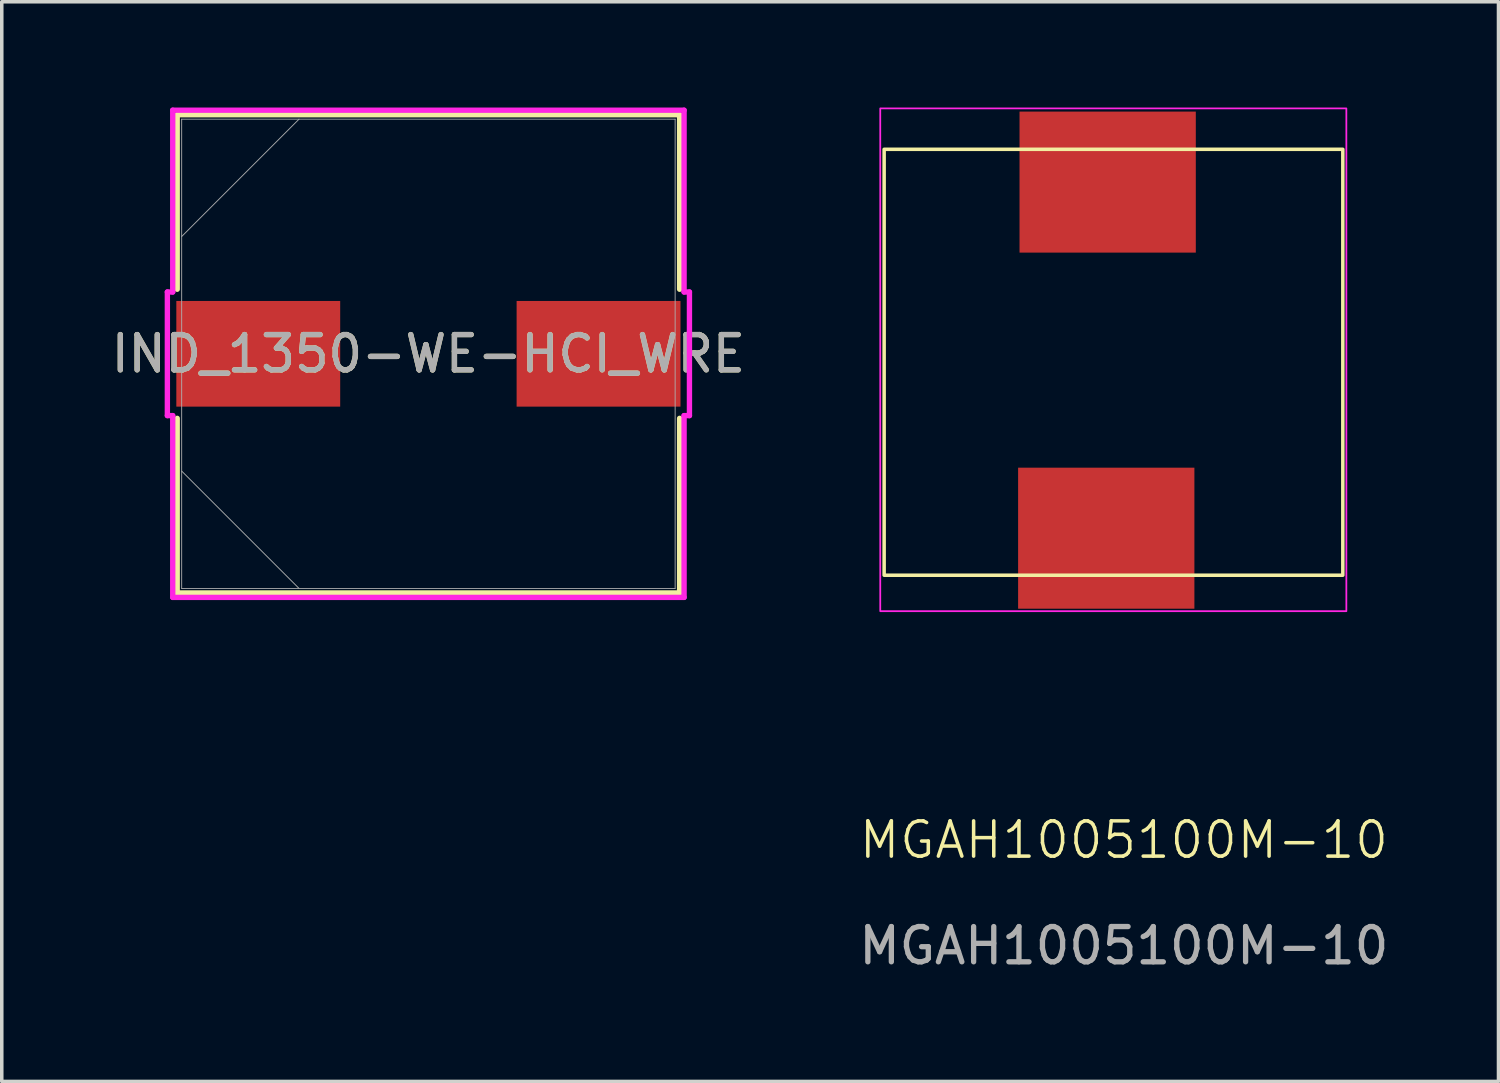
<source format=kicad_pcb>
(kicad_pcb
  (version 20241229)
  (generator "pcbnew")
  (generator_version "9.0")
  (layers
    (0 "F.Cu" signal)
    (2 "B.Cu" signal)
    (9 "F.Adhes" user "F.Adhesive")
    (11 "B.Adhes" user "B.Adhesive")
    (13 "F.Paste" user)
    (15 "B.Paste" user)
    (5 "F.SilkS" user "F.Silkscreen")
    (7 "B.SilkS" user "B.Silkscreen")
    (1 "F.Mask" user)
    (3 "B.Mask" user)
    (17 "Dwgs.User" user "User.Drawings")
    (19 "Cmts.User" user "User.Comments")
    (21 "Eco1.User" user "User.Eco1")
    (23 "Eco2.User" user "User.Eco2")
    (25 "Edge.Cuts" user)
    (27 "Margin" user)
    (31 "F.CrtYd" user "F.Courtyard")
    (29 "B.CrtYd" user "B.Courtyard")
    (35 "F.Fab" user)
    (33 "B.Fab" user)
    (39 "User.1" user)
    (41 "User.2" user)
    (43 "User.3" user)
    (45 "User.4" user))
  (footprint "IND_1350-WE-HCI_WRE"
    (layer "F.Cu")
    (at 9.101 6.985)
    (property "Reference" "IND_1350-WE-HCI_WRE" (at 0 0 0) (unlocked yes) (layer "F.SilkS") (effects (font (size 1 1) (thickness 0.15))))
    (attr smd)
    (fp_line (start -7.125 -6.782) (end -7.125 -1.831) (stroke (width 0.152) (type solid)) (layer "F.SilkS"))
    (fp_line (start -7.125 1.831) (end -7.125 6.782) (stroke (width 0.152) (type solid)) (layer "F.SilkS"))
    (fp_line (start -7.125 6.782) (end 7.125 6.782) (stroke (width 0.152) (type solid)) (layer "F.SilkS"))
    (fp_line (start 7.125 -6.782) (end -7.125 -6.782) (stroke (width 0.152) (type solid)) (layer "F.SilkS"))
    (fp_line (start 7.125 -1.831) (end 7.125 -6.782) (stroke (width 0.152) (type solid)) (layer "F.SilkS"))
    (fp_line (start 7.125 6.782) (end 7.125 1.831) (stroke (width 0.152) (type solid)) (layer "F.SilkS"))
    (fp_line (start -7.404 -1.753) (end -7.252 -1.753) (stroke (width 0.152) (type solid)) (layer "F.CrtYd"))
    (fp_line (start -7.404 1.753) (end -7.404 -1.753) (stroke (width 0.152) (type solid)) (layer "F.CrtYd"))
    (fp_line (start -7.252 -6.909) (end 7.252 -6.909) (stroke (width 0.152) (type solid)) (layer "F.CrtYd"))
    (fp_line (start -7.252 -1.753) (end -7.252 -6.909) (stroke (width 0.152) (type solid)) (layer "F.CrtYd"))
    (fp_line (start -7.252 1.753) (end -7.404 1.753) (stroke (width 0.152) (type solid)) (layer "F.CrtYd"))
    (fp_line (start -7.252 1.753) (end -7.252 6.909) (stroke (width 0.152) (type solid)) (layer "F.CrtYd"))
    (fp_line (start -7.252 6.909) (end 7.252 6.909) (stroke (width 0.152) (type solid)) (layer "F.CrtYd"))
    (fp_line (start 7.252 -6.909) (end 7.252 -1.753) (stroke (width 0.152) (type solid)) (layer "F.CrtYd"))
    (fp_line (start 7.252 -1.753) (end 7.404 -1.753) (stroke (width 0.152) (type solid)) (layer "F.CrtYd"))
    (fp_line (start 7.252 1.753) (end 7.404 1.753) (stroke (width 0.152) (type solid)) (layer "F.CrtYd"))
    (fp_line (start 7.252 6.909) (end 7.252 1.753) (stroke (width 0.152) (type solid)) (layer "F.CrtYd"))
    (fp_line (start 7.404 -1.753) (end 7.404 1.753) (stroke (width 0.152) (type solid)) (layer "F.CrtYd"))
    (fp_line (start -6.998 -6.655) (end -6.998 6.655) (stroke (width 0.025) (type solid)) (layer "F.Fab"))
    (fp_line (start -6.998 -3.327) (end -3.67 -6.655) (stroke (width 0.025) (type solid)) (layer "F.Fab"))
    (fp_line (start -6.998 3.327) (end -3.67 6.655) (stroke (width 0.025) (type solid)) (layer "F.Fab"))
    (fp_line (start -6.998 6.655) (end 6.998 6.655) (stroke (width 0.025) (type solid)) (layer "F.Fab"))
    (fp_line (start 6.998 -6.655) (end -6.998 -6.655) (stroke (width 0.025) (type solid)) (layer "F.Fab"))
    (fp_line (start 6.998 6.655) (end 6.998 -6.655) (stroke (width 0.025) (type solid)) (layer "F.Fab"))
    (fp_text user "${REFERENCE}" (at 0 0 0) (unlocked yes) (layer "F.Fab") (effects (font (size 1 1) (thickness 0.15))))
    (pad "1" smd rect (at -4.826 0 90) (size 2.997 4.648) (layers "F.Cu" "F.Mask" "F.Paste"))
    (pad "2" smd rect (at 4.826 0 90) (size 2.997 4.648) (layers "F.Cu" "F.Mask" "F.Paste")))
  (footprint "MGAH1005100M-10"
    (layer "F.Cu")
    (at 28.557 7.165)
    (property "Reference" "MGAH1005100M-10" (at 0.27 13.61 0) (unlocked yes) (layer "F.SilkS") (effects (font (size 1 1) (thickness 0.1))))
    (attr smd)
    (fp_rect (start -6.53 -5.98) (end 6.48 6.1) (stroke (width 0.1) (type default)) (fill no) (layer "F.SilkS"))
    (fp_rect (start -6.64 -7.14) (end 6.58 7.12) (stroke (width 0.05) (type default)) (fill no) (layer "F.CrtYd"))
    (fp_text user "${REFERENCE}" (at 0.27 16.61 0) (unlocked yes) (layer "F.Fab") (effects (font (size 1 1) (thickness 0.15))))
    (pad "1" smd rect (at -0.19 -5.05) (size 5 4) (layers "F.Cu" "F.Mask" "F.Paste"))
    (pad "2" smd rect (at -0.23 5.05) (size 5 4) (layers "F.Cu" "F.Mask" "F.Paste")))
  (gr_rect
    (start -3 -3)
    (end 39.452 27.623)
    (stroke (width 0.1) (type default))
    (fill no)
    (layer "Edge.Cuts")))
</source>
